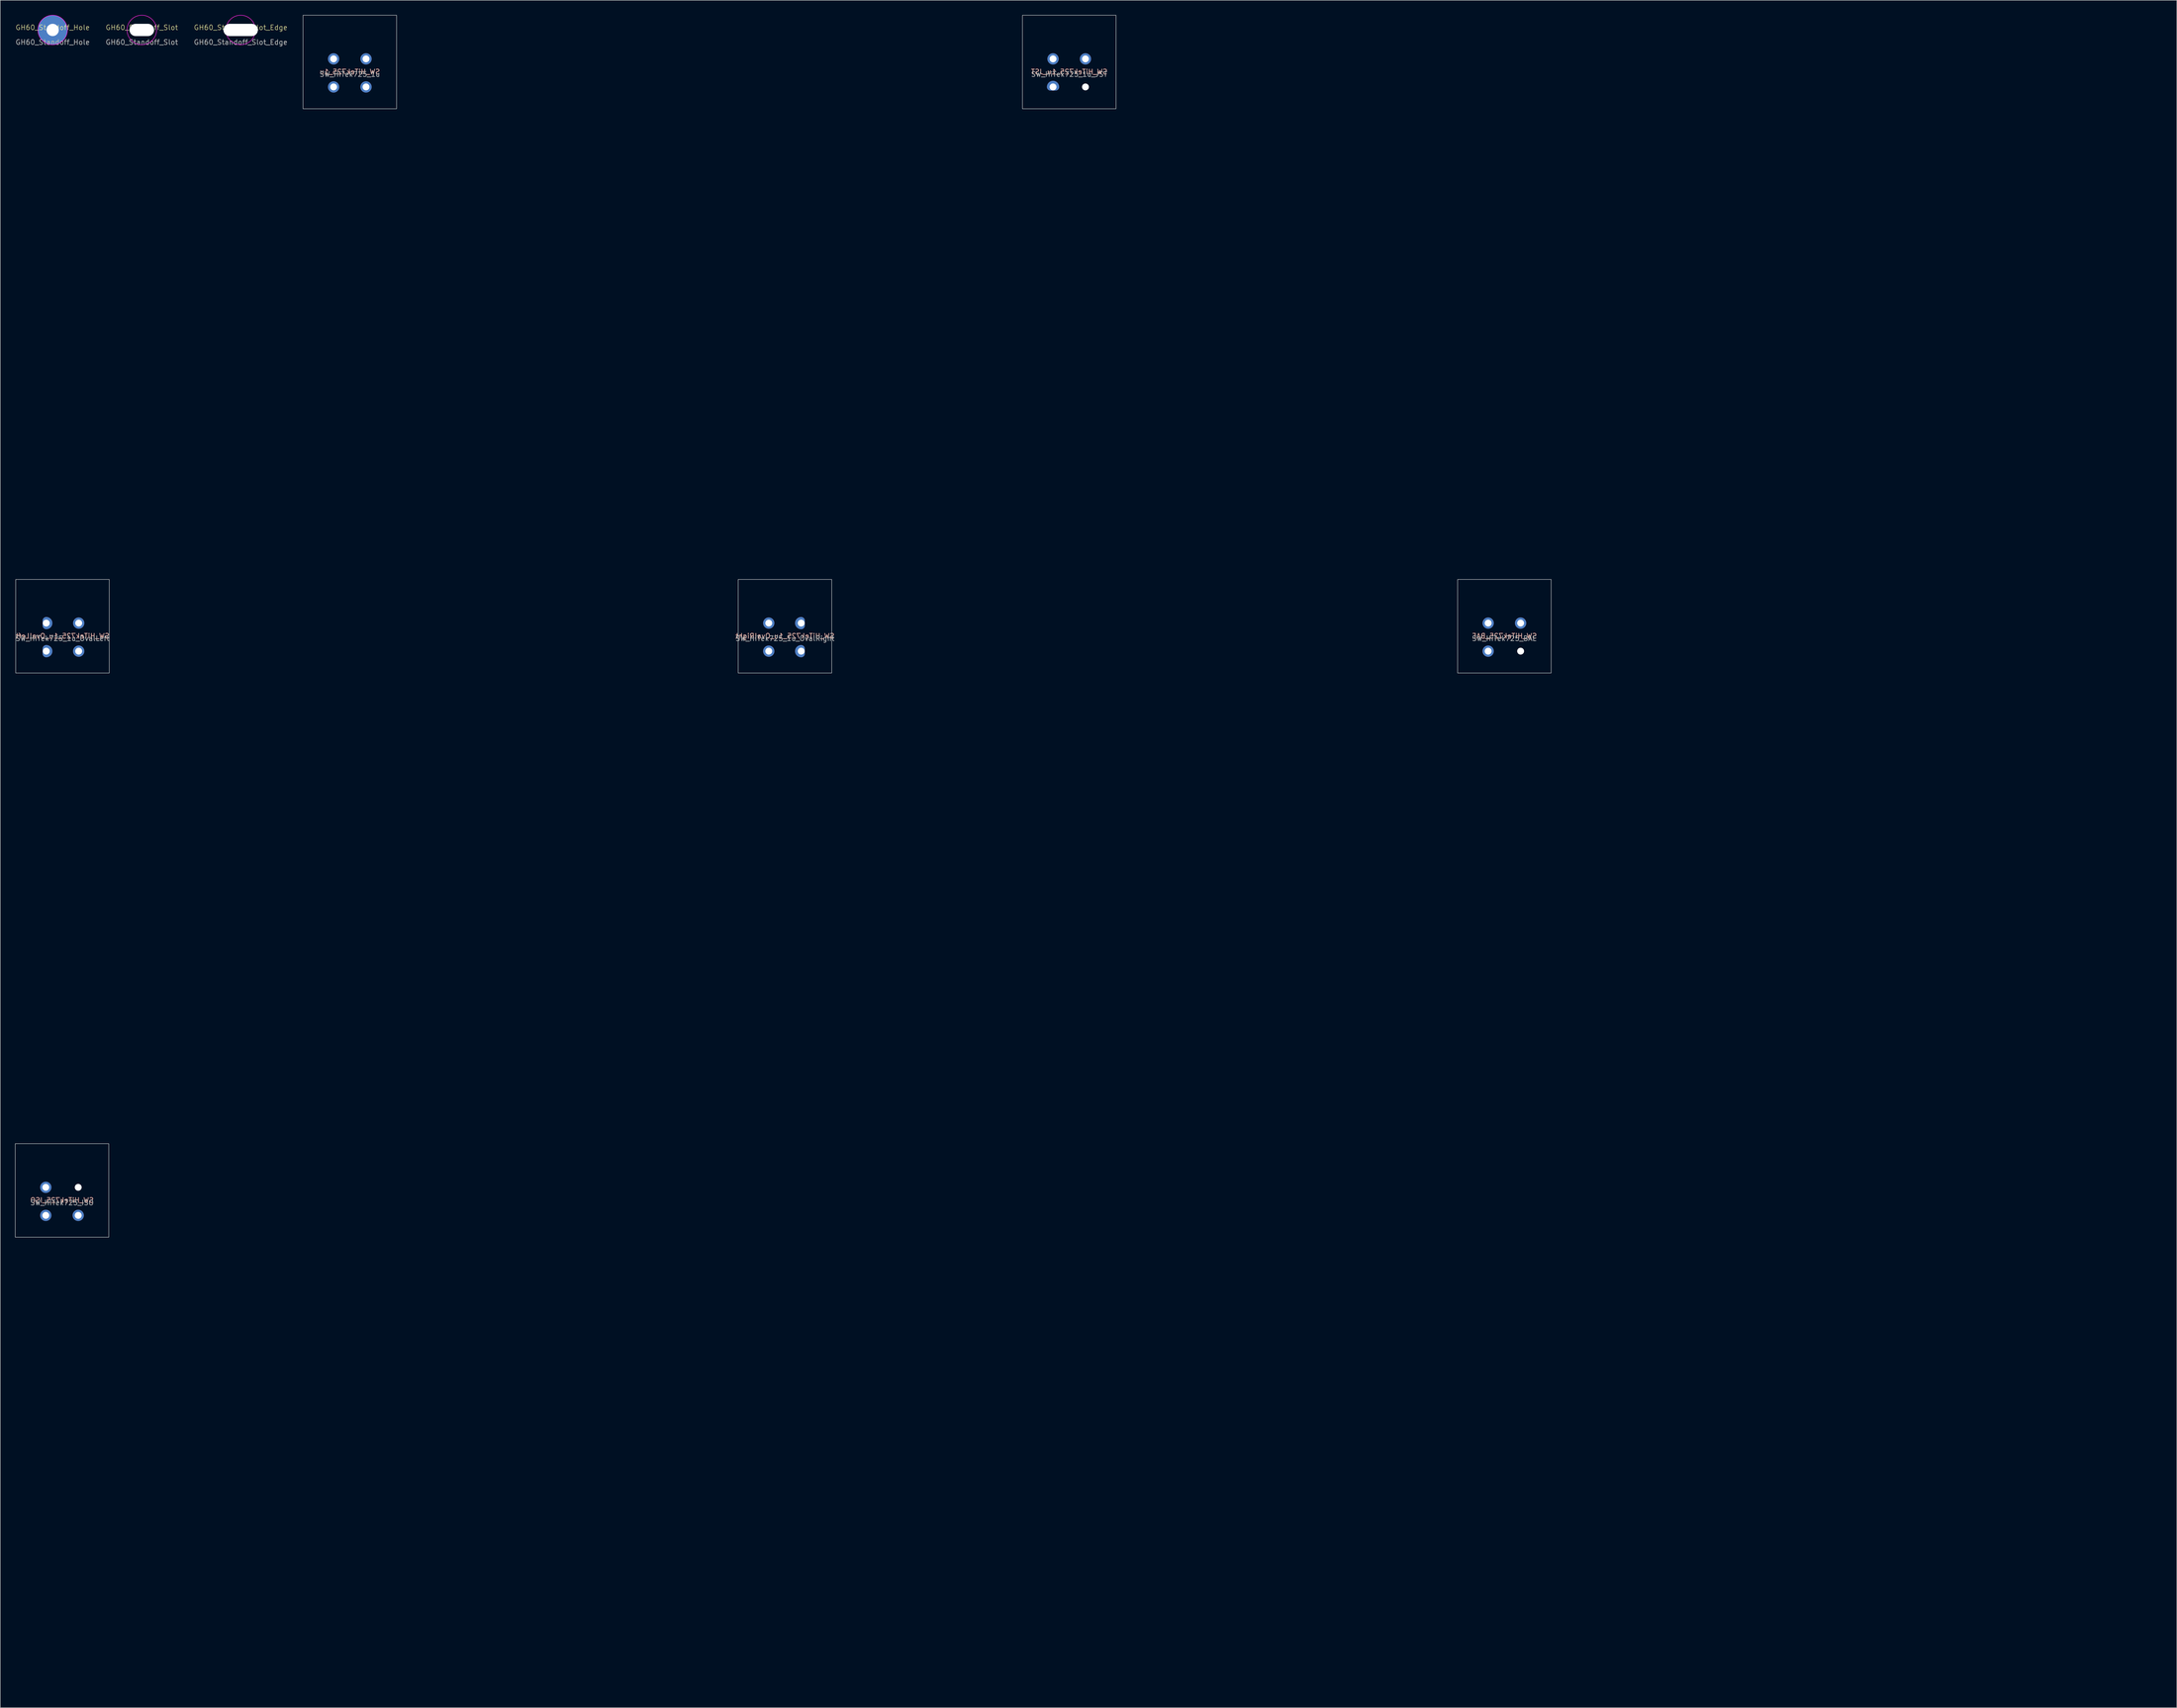
<source format=kicad_pcb>
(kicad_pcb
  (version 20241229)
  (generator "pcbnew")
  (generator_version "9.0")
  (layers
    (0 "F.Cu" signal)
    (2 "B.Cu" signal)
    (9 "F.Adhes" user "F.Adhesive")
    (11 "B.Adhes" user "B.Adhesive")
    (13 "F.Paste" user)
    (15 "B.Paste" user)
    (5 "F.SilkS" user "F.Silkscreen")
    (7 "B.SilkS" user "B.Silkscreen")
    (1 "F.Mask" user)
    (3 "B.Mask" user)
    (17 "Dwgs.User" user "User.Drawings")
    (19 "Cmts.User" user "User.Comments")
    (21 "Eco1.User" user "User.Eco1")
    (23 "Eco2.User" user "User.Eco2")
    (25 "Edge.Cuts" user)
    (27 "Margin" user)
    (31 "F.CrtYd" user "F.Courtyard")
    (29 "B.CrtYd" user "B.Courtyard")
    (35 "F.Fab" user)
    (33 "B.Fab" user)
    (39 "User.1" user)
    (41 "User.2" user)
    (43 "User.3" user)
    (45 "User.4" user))
  (footprint "SW_HiTek725_1u_JST"
    (layer "F.Cu")
    (at 214.681 9.575)
    (property "Reference" "SW_HiTek725_1u_JST" (at 0 2 0) (unlocked yes) (layer "B.SilkS") (effects (font (size 1 1) (thickness 0.15)) (justify mirror)))
    (attr smd)
    (fp_rect (start -9.525 -9.525) (end 9.525 9.525) (stroke (width 0.1) (type default)) (fill no) (layer "Dwgs.User"))
    (fp_line (start 0 0) (end 0 2) (stroke (width 0.4) (type default)) (layer "User.1"))
    (fp_circle (center -3.302 -0.635) (end -2.603 -0.635) (stroke (width 0.4) (type default)) (fill no) (layer "User.1"))
    (fp_circle (center -3.302 5.08) (end -2.603 5.08) (stroke (width 0.4) (type default)) (fill no) (layer "User.1"))
    (fp_circle (center 3.302 -0.635) (end 4 -0.635) (stroke (width 0.4) (type default)) (fill no) (layer "User.1"))
    (fp_circle (center 3.302 5.08) (end 4 5.08) (stroke (width 0.4) (type default)) (fill no) (layer "User.1"))
    (fp_text user "${REFERENCE}" (at 0 2.5 0) (unlocked yes) (layer "F.Fab") (effects (font (size 1 1) (thickness 0.15))))
    (fp_text user "" (at 133.352 101.175 0) (unlocked yes) (layer "User.1") (effects (font (size 3.048 2.743) (thickness 0.381)) (justify top)))
    (pad "" np_thru_hole circle (at 3.302 5.08) (size 1.4 1.4) (drill 1.4) (layers "*.Cu" "*.Mask"))
    (pad "1" thru_hole circle (at -3.302 -0.635) (size 2.3 2.3) (drill 1.4) (layers "*.Cu" "B.Mask"))
    (pad "1" thru_hole custom (at -3.302 5.08) (size 1.5 1.5) (drill 1.4) (layers "*.Cu" "B.Mask") (options (anchor circle)) (primitives (gr_poly (pts (arc (start -1.246389 0) (mid 0 -1.246389) (end 1.246389 0)) (xy 0 0)) (width 0) (fill yes)) (gr_poly (pts (xy 0.574 -0.746) (xy 0.718 -0.718) (xy 0.854 -0.661) (xy 0.976 -0.58) (xy 1.08 -0.476) (xy 1.161 -0.354) (xy 1.218 -0.218) (xy 1.246 -0.074) (xy 1.246 0.074) (xy 1.218 0.218) (xy 1.161 0.354) (xy 1.08 0.476) (xy 0.976 0.58) (xy 0.854 0.661) (xy 0.718 0.718) (xy 0.574 0.746) (xy -0.5 0.75) (xy -0.574 0.746) (xy -0.718 0.718) (xy -0.854 0.661) (xy -0.976 0.58) (xy -1.08 0.476) (xy -1.161 0.354) (xy -1.218 0.218) (xy -1.246 0.074) (xy -1.246 -0.074) (xy -1.218 -0.218) (xy -1.161 -0.354) (xy -1.08 -0.476) (xy -0.976 -0.58) (xy -0.854 -0.661) (xy -0.718 -0.718) (xy -0.574 -0.746) (xy 0.5 -0.75)) (width 0) (fill yes))))
    (pad "2" thru_hole circle (at 3.302 -0.635) (size 2.3 2.3) (drill 1.4) (layers "*.Cu" "B.Mask")))
  (footprint "SW_HiTek725_1u_OvalLeft"
    (layer "F.Cu")
    (at 9.673 124.468)
    (property "Reference" "SW_HiTek725_1u_OvalLeft" (at 0 2 0) (unlocked yes) (layer "B.SilkS") (effects (font (size 1 1) (thickness 0.15)) (justify mirror)))
    (attr smd)
    (fp_rect (start -9.525 -9.525) (end 9.525 9.525) (stroke (width 0.1) (type default)) (fill no) (layer "Dwgs.User"))
    (fp_line (start 0 0) (end 0 2) (stroke (width 0.4) (type default)) (layer "User.1"))
    (fp_circle (center -3.302 -0.635) (end -2.603 -0.635) (stroke (width 0.4) (type default)) (fill no) (layer "User.1"))
    (fp_circle (center -3.302 5.08) (end -2.603 5.08) (stroke (width 0.4) (type default)) (fill no) (layer "User.1"))
    (fp_circle (center 3.302 -0.635) (end 4 -0.635) (stroke (width 0.4) (type default)) (fill no) (layer "User.1"))
    (fp_circle (center 3.302 5.08) (end 4 5.08) (stroke (width 0.4) (type default)) (fill no) (layer "User.1"))
    (fp_text user "${REFERENCE}" (at 0 2.5 0) (unlocked yes) (layer "F.Fab") (effects (font (size 1 1) (thickness 0.15))))
    (fp_text user "" (at 133.352 101.175 0) (unlocked yes) (layer "User.1") (effects (font (size 3.048 2.743) (thickness 0.381)) (justify top)))
    (pad "1" thru_hole custom (at -3.302 -0.635 270) (size 1.5 1.5) (drill 1.4) (layers "*.Cu" "B.Mask") (options (anchor circle)) (primitives (gr_poly (pts (arc (start -1.246389 0) (mid 0 -1.246389) (end 1.246389 0)) (xy 0 0)) (width 0) (fill yes)) (gr_poly (pts (xy 0.574 -0.746) (xy 0.718 -0.718) (xy 0.854 -0.661) (xy 0.976 -0.58) (xy 1.08 -0.476) (xy 1.161 -0.354) (xy 1.218 -0.218) (xy 1.246 -0.074) (xy 1.246 0.074) (xy 1.218 0.218) (xy 1.161 0.354) (xy 1.08 0.476) (xy 0.976 0.58) (xy 0.854 0.661) (xy 0.718 0.718) (xy 0.574 0.746) (xy -0.5 0.75) (xy -0.574 0.746) (xy -0.718 0.718) (xy -0.854 0.661) (xy -0.976 0.58) (xy -1.08 0.476) (xy -1.161 0.354) (xy -1.218 0.218) (xy -1.246 0.074) (xy -1.246 -0.074) (xy -1.218 -0.218) (xy -1.161 -0.354) (xy -1.08 -0.476) (xy -0.976 -0.58) (xy -0.854 -0.661) (xy -0.718 -0.718) (xy -0.574 -0.746) (xy 0.5 -0.75)) (width 0) (fill yes))))
    (pad "1" thru_hole custom (at -3.302 5.08 270) (size 1.5 1.5) (drill 1.4) (layers "*.Cu" "B.Mask") (options (anchor circle)) (primitives (gr_poly (pts (arc (start -1.246389 0) (mid 0 -1.246389) (end 1.246389 0)) (xy 0 0)) (width 0) (fill yes)) (gr_poly (pts (xy 0.574 -0.746) (xy 0.718 -0.718) (xy 0.854 -0.661) (xy 0.976 -0.58) (xy 1.08 -0.476) (xy 1.161 -0.354) (xy 1.218 -0.218) (xy 1.246 -0.074) (xy 1.246 0.074) (xy 1.218 0.218) (xy 1.161 0.354) (xy 1.08 0.476) (xy 0.976 0.58) (xy 0.854 0.661) (xy 0.718 0.718) (xy 0.574 0.746) (xy -0.5 0.75) (xy -0.574 0.746) (xy -0.718 0.718) (xy -0.854 0.661) (xy -0.976 0.58) (xy -1.08 0.476) (xy -1.161 0.354) (xy -1.218 0.218) (xy -1.246 0.074) (xy -1.246 -0.074) (xy -1.218 -0.218) (xy -1.161 -0.354) (xy -1.08 -0.476) (xy -0.976 -0.58) (xy -0.854 -0.661) (xy -0.718 -0.718) (xy -0.574 -0.746) (xy 0.5 -0.75)) (width 0) (fill yes))))
    (pad "2" thru_hole circle (at 3.302 -0.635) (size 2.3 2.3) (drill 1.4) (layers "*.Cu" "B.Mask"))
    (pad "2" thru_hole circle (at 3.302 5.08) (size 2.3 2.3) (drill 1.4) (layers "*.Cu" "B.Mask")))
  (footprint "SW_HiTek725_1u_OvalRight"
    (layer "F.Cu")
    (at 156.793 124.468)
    (property "Reference" "SW_HiTek725_1u_OvalRight" (at 0 2 0) (unlocked yes) (layer "B.SilkS") (effects (font (size 1 1) (thickness 0.15)) (justify mirror)))
    (attr smd)
    (fp_rect (start -9.525 -9.525) (end 9.525 9.525) (stroke (width 0.1) (type default)) (fill no) (layer "Dwgs.User"))
    (fp_line (start 0 0) (end 0 2) (stroke (width 0.4) (type default)) (layer "User.1"))
    (fp_circle (center -3.302 -0.635) (end -2.603 -0.635) (stroke (width 0.4) (type default)) (fill no) (layer "User.1"))
    (fp_circle (center -3.302 5.08) (end -2.603 5.08) (stroke (width 0.4) (type default)) (fill no) (layer "User.1"))
    (fp_circle (center 3.302 -0.635) (end 4 -0.635) (stroke (width 0.4) (type default)) (fill no) (layer "User.1"))
    (fp_circle (center 3.302 5.08) (end 4 5.08) (stroke (width 0.4) (type default)) (fill no) (layer "User.1"))
    (fp_text user "${REFERENCE}" (at 0 2.5 0) (unlocked yes) (layer "F.Fab") (effects (font (size 1 1) (thickness 0.15))))
    (fp_text user "" (at 133.352 101.175 0) (unlocked yes) (layer "User.1") (effects (font (size 3.048 2.743) (thickness 0.381)) (justify top)))
    (pad "1" thru_hole circle (at -3.302 -0.635) (size 2.3 2.3) (drill 1.4) (layers "*.Cu" "B.Mask"))
    (pad "1" thru_hole circle (at -3.302 5.08) (size 2.3 2.3) (drill 1.4) (layers "*.Cu" "B.Mask"))
    (pad "2" thru_hole custom (at 3.302 -0.635 90) (size 1.5 1.5) (drill 1.4) (layers "*.Cu" "B.Mask") (options (anchor circle)) (primitives (gr_poly (pts (arc (start -1.246389 0) (mid 0 -1.246389) (end 1.246389 0)) (xy 0 0)) (width 0) (fill yes)) (gr_poly (pts (xy 0.574 -0.746) (xy 0.718 -0.718) (xy 0.854 -0.661) (xy 0.976 -0.58) (xy 1.08 -0.476) (xy 1.161 -0.354) (xy 1.218 -0.218) (xy 1.246 -0.074) (xy 1.246 0.074) (xy 1.218 0.218) (xy 1.161 0.354) (xy 1.08 0.476) (xy 0.976 0.58) (xy 0.854 0.661) (xy 0.718 0.718) (xy 0.574 0.746) (xy -0.5 0.75) (xy -0.574 0.746) (xy -0.718 0.718) (xy -0.854 0.661) (xy -0.976 0.58) (xy -1.08 0.476) (xy -1.161 0.354) (xy -1.218 0.218) (xy -1.246 0.074) (xy -1.246 -0.074) (xy -1.218 -0.218) (xy -1.161 -0.354) (xy -1.08 -0.476) (xy -0.976 -0.58) (xy -0.854 -0.661) (xy -0.718 -0.718) (xy -0.574 -0.746) (xy 0.5 -0.75)) (width 0) (fill yes))))
    (pad "2" thru_hole custom (at 3.302 5.08 90) (size 1.5 1.5) (drill 1.4) (layers "*.Cu" "B.Mask") (options (anchor circle)) (primitives (gr_poly (pts (arc (start -1.246389 0) (mid 0 -1.246389) (end 1.246389 0)) (xy 0 0)) (width 0) (fill yes)) (gr_poly (pts (xy 0.574 -0.746) (xy 0.718 -0.718) (xy 0.854 -0.661) (xy 0.976 -0.58) (xy 1.08 -0.476) (xy 1.161 -0.354) (xy 1.218 -0.218) (xy 1.246 -0.074) (xy 1.246 0.074) (xy 1.218 0.218) (xy 1.161 0.354) (xy 1.08 0.476) (xy 0.976 0.58) (xy 0.854 0.661) (xy 0.718 0.718) (xy 0.574 0.746) (xy -0.5 0.75) (xy -0.574 0.746) (xy -0.718 0.718) (xy -0.854 0.661) (xy -0.976 0.58) (xy -1.08 0.476) (xy -1.161 0.354) (xy -1.218 0.218) (xy -1.246 0.074) (xy -1.246 -0.074) (xy -1.218 -0.218) (xy -1.161 -0.354) (xy -1.08 -0.476) (xy -0.976 -0.58) (xy -0.854 -0.661) (xy -0.718 -0.718) (xy -0.574 -0.746) (xy 0.5 -0.75)) (width 0) (fill yes)))))
  (footprint "GH60_Standoff_Slot_Edge"
    (layer "F.Cu")
    (at 45.958 3.05)
    (property "Reference" "GH60_Standoff_Slot_Edge" (at 0 -0.5 0) (unlocked yes) (layer "F.SilkS") (effects (font (size 1 1) (thickness 0.1))))
    (attr smd)
    (fp_circle (center 0 0) (end 3 0) (stroke (width 0.1) (type default)) (fill no) (layer "F.CrtYd"))
    (fp_text user "${REFERENCE}" (at 0 2.5 0) (unlocked yes) (layer "F.Fab") (effects (font (size 1 1) (thickness 0.15))))
    (pad "" np_thru_hole oval (at 0 0) (size 7 2.499) (drill oval 7 2.499) (layers "*.Cu" "*.Mask")))
  (footprint "GH60_Standoff_Hole"
    (layer "F.Cu")
    (at 7.673 3.05)
    (property "Reference" "GH60_Standoff_Hole" (at 0 -0.5 0) (unlocked yes) (layer "F.SilkS") (effects (font (size 1 1) (thickness 0.1))))
    (attr smd)
    (fp_circle (center 0 0) (end 3 0) (stroke (width 0.1) (type default)) (fill no) (layer "F.CrtYd"))
    (fp_text user "${REFERENCE}" (at 0 2.5 0) (unlocked yes) (layer "F.Fab") (effects (font (size 1 1) (thickness 0.15))))
    (pad "1" thru_hole circle (at 0 0) (size 6 6) (drill 2.499) (layers "*.Cu" "*.Mask")))
  (footprint "GH60_Standoff_Slot"
    (layer "F.Cu")
    (at 25.827 3.05)
    (property "Reference" "GH60_Standoff_Slot" (at 0 -0.5 0) (unlocked yes) (layer "F.SilkS") (effects (font (size 1 1) (thickness 0.1))))
    (attr smd)
    (fp_circle (center 0 0) (end 3 0) (stroke (width 0.1) (type default)) (fill no) (layer "F.CrtYd"))
    (fp_text user "${REFERENCE}" (at 0 2.5 0) (unlocked yes) (layer "F.Fab") (effects (font (size 1 1) (thickness 0.15))))
    (pad "" np_thru_hole oval (at 0 0) (size 5.001 2.499) (drill oval 5.001 2.499) (layers "*.Cu" "*.Mask")))
  (footprint "SW_HiTek725_ISO"
    (layer "F.Cu")
    (at 9.575 239.361)
    (property "Reference" "SW_HiTek725_ISO" (at 0 2 0) (unlocked yes) (layer "B.SilkS") (effects (font (size 1 1) (thickness 0.15)) (justify mirror)))
    (attr smd)
    (fp_rect (start -9.525 -9.525) (end 9.525 9.525) (stroke (width 0.1) (type default)) (fill no) (layer "Dwgs.User"))
    (fp_line (start 0 0) (end 0 2) (stroke (width 0.4) (type default)) (layer "User.1"))
    (fp_circle (center -3.302 -0.635) (end -2.603 -0.635) (stroke (width 0.4) (type default)) (fill no) (layer "User.1"))
    (fp_circle (center -3.302 5.08) (end -2.603 5.08) (stroke (width 0.4) (type default)) (fill no) (layer "User.1"))
    (fp_circle (center 3.302 -0.635) (end 4 -0.635) (stroke (width 0.4) (type default)) (fill no) (layer "User.1"))
    (fp_circle (center 3.302 5.08) (end 4 5.08) (stroke (width 0.4) (type default)) (fill no) (layer "User.1"))
    (fp_text user "${REFERENCE}" (at 0 2.5 0) (unlocked yes) (layer "F.Fab") (effects (font (size 1 1) (thickness 0.15))))
    (fp_text user "" (at 133.352 101.175 0) (unlocked yes) (layer "User.1") (effects (font (size 3.048 2.743) (thickness 0.381)) (justify top)))
    (pad "" np_thru_hole circle (at 3.302 -0.635) (size 1.4 1.4) (drill 1.5) (layers "*.Cu" "*.Mask"))
    (pad "1" thru_hole circle (at -3.302 -0.635) (size 2.3 2.3) (drill 1.4) (layers "*.Cu" "B.Mask"))
    (pad "1" thru_hole circle (at -3.302 5.08) (size 2.3 2.3) (drill 1.4) (layers "*.Cu" "B.Mask"))
    (pad "2" thru_hole circle (at 3.302 5.08) (size 2.3 2.3) (drill 1.4) (layers "*.Cu" "B.Mask")))
  (footprint "SW_HiTek725_BAE"
    (layer "F.Cu")
    (at 303.292 124.468)
    (property "Reference" "SW_HiTek725_BAE" (at 0 2 0) (unlocked yes) (layer "B.SilkS") (effects (font (size 1 1) (thickness 0.15)) (justify mirror)))
    (attr smd)
    (fp_rect (start -9.525 -9.525) (end 9.525 9.525) (stroke (width 0.1) (type default)) (fill no) (layer "Dwgs.User"))
    (fp_line (start 0 0) (end 0 2) (stroke (width 0.4) (type default)) (layer "User.1"))
    (fp_circle (center -3.302 -0.635) (end -2.603 -0.635) (stroke (width 0.4) (type default)) (fill no) (layer "User.1"))
    (fp_circle (center -3.302 5.08) (end -2.603 5.08) (stroke (width 0.4) (type default)) (fill no) (layer "User.1"))
    (fp_circle (center 3.302 -0.635) (end 4 -0.635) (stroke (width 0.4) (type default)) (fill no) (layer "User.1"))
    (fp_circle (center 3.302 5.08) (end 4 5.08) (stroke (width 0.4) (type default)) (fill no) (layer "User.1"))
    (fp_text user "${REFERENCE}" (at 0 2.5 0) (unlocked yes) (layer "F.Fab") (effects (font (size 1 1) (thickness 0.15))))
    (fp_text user "" (at 133.352 101.175 0) (unlocked yes) (layer "User.1") (effects (font (size 3.048 2.743) (thickness 0.381)) (justify top)))
    (pad "" np_thru_hole circle (at 3.302 5.08) (size 1.4 1.4) (drill 1.5) (layers "*.Cu" "*.Mask"))
    (pad "1" thru_hole circle (at -3.302 -0.635) (size 2.3 2.3) (drill 1.4) (layers "*.Cu" "B.Mask"))
    (pad "1" thru_hole circle (at -3.302 5.08) (size 2.3 2.3) (drill 1.4) (layers "*.Cu" "B.Mask"))
    (pad "2" thru_hole circle (at 3.302 -0.635) (size 2.3 2.3) (drill 1.4) (layers "*.Cu" "B.Mask")))
  (footprint "SW_HiTek725_1u"
    (layer "F.Cu")
    (at 68.182 9.575)
    (property "Reference" "SW_HiTek725_1u" (at 0 2 0) (unlocked yes) (layer "B.SilkS") (effects (font (size 1 1) (thickness 0.15)) (justify mirror)))
    (attr smd)
    (fp_rect (start -9.525 -9.525) (end 9.525 9.525) (stroke (width 0.1) (type default)) (fill no) (layer "Dwgs.User"))
    (fp_line (start 0 0) (end 0 2) (stroke (width 0.4) (type default)) (layer "User.1"))
    (fp_circle (center -3.302 -0.635) (end -2.603 -0.635) (stroke (width 0.4) (type default)) (fill no) (layer "User.1"))
    (fp_circle (center -3.302 5.08) (end -2.603 5.08) (stroke (width 0.4) (type default)) (fill no) (layer "User.1"))
    (fp_circle (center 3.302 -0.635) (end 4 -0.635) (stroke (width 0.4) (type default)) (fill no) (layer "User.1"))
    (fp_circle (center 3.302 5.08) (end 4 5.08) (stroke (width 0.4) (type default)) (fill no) (layer "User.1"))
    (fp_text user "${REFERENCE}" (at 0 2.5 0) (unlocked yes) (layer "F.Fab") (effects (font (size 1 1) (thickness 0.15))))
    (fp_text user "" (at 133.352 101.175 0) (unlocked yes) (layer "User.1") (effects (font (size 3.048 2.743) (thickness 0.381)) (justify top)))
    (pad "1" thru_hole circle (at -3.302 -0.635) (size 2.3 2.3) (drill 1.4) (layers "*.Cu" "B.Mask"))
    (pad "1" thru_hole circle (at -3.302 5.08) (size 2.3 2.3) (drill 1.4) (layers "*.Cu" "B.Mask"))
    (pad "2" thru_hole circle (at 3.302 -0.635) (size 2.3 2.3) (drill 1.4) (layers "*.Cu" "B.Mask"))
    (pad "2" thru_hole circle (at 3.302 5.08) (size 2.3 2.3) (drill 1.4) (layers "*.Cu" "B.Mask")))
  (gr_rect
    (start -3 -3)
    (end 440.216 344.68)
    (stroke (width 0.1) (type default))
    (fill no)
    (layer "Edge.Cuts")))
</source>
